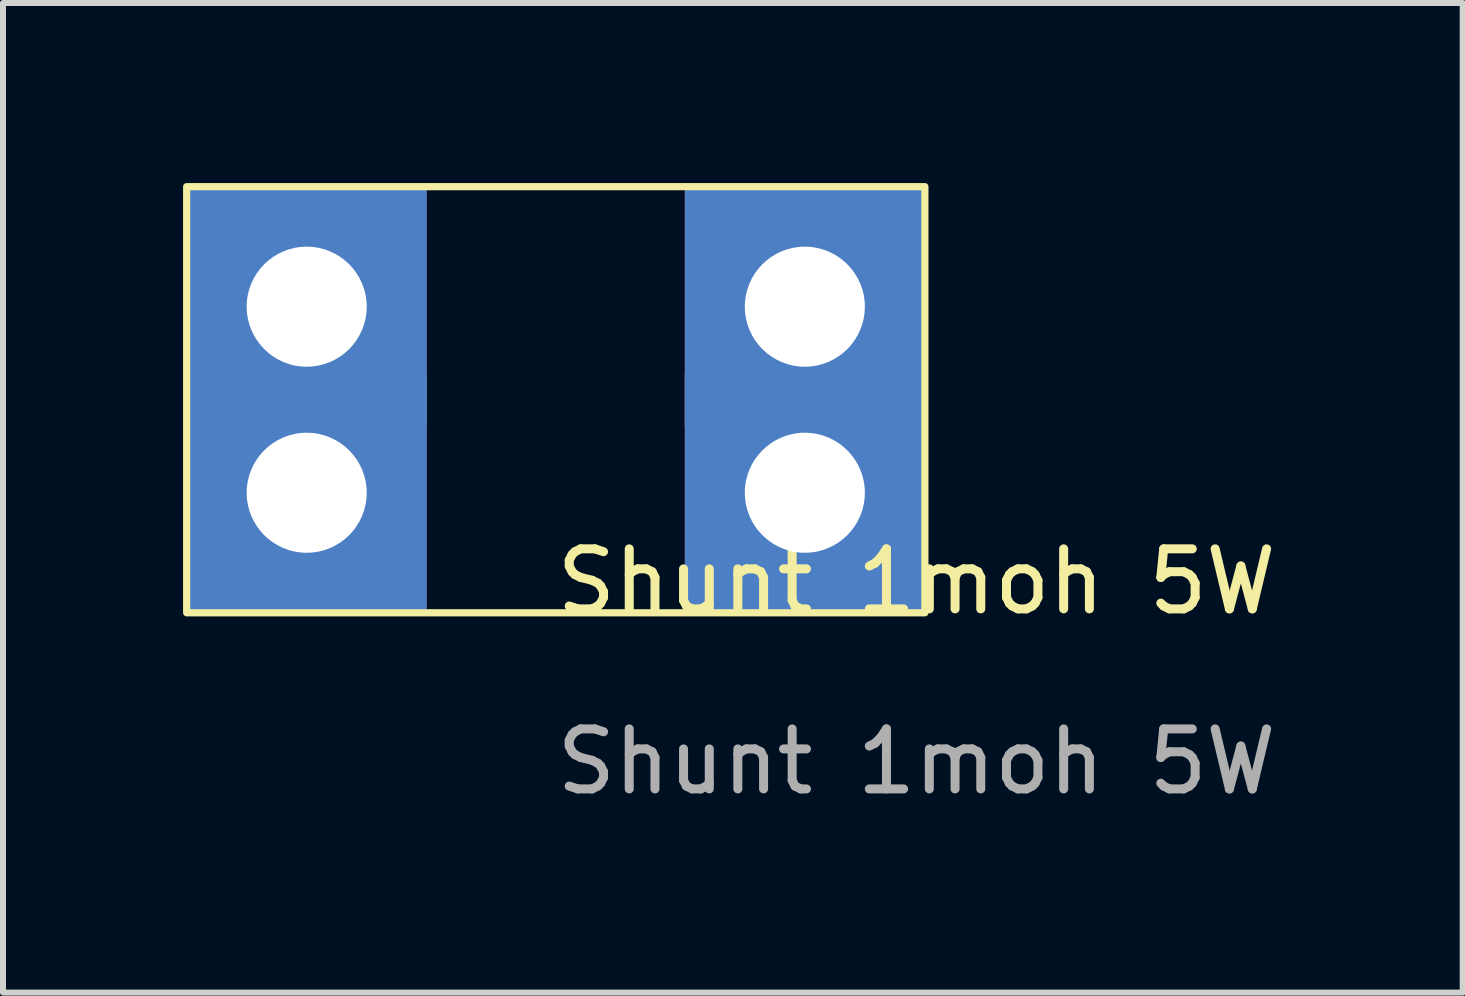
<source format=kicad_pcb>
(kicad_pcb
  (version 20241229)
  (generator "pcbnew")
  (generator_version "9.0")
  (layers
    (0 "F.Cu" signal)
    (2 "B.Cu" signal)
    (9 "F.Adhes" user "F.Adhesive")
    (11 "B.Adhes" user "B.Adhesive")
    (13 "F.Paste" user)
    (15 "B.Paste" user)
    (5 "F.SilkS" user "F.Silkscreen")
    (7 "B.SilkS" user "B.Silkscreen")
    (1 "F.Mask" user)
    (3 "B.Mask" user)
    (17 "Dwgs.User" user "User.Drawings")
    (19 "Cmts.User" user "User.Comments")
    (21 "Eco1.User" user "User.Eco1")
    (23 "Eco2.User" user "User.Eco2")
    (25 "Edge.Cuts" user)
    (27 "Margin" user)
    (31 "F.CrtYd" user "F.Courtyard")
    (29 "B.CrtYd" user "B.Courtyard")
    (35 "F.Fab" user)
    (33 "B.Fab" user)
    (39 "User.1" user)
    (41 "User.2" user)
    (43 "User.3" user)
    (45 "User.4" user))
  (footprint "Shunt 1moh 5W"
    (layer "F.Cu")
    (at 2.06 2.06)
    (property "Reference" "Shunt 1moh 5W" (at 10.16 4.58 0) (unlocked yes) (layer "F.SilkS") (effects (font (size 1 1) (thickness 0.15))))
    (attr through_hole)
    (fp_rect (start -2 -2) (end 10.3 5.1) (stroke (width 0.12) (type solid)) (fill no) (layer "F.SilkS"))
    (fp_text user "${REFERENCE}" (at 10.16 7.58 0) (unlocked yes) (layer "F.Fab") (effects (font (size 1 1) (thickness 0.15))))
    (pad "1" thru_hole rect (at 0 0) (size 4 4) (drill 2) (layers "*.Cu" "*.Mask"))
    (pad "1" thru_hole rect (at 0 3.1) (size 4 4) (drill 2) (layers "*.Cu" "*.Mask"))
    (pad "2" thru_hole rect (at 8.3 0) (size 4 4) (drill 2) (layers "*.Cu" "*.Mask"))
    (pad "2" thru_hole rect (at 8.3 3.1) (size 4 4) (drill 2) (layers "*.Cu" "*.Mask")))
  (gr_rect
    (start -3 -3)
    (end 21.321 13.488)
    (stroke (width 0.1) (type default))
    (fill no)
    (layer "Edge.Cuts")))
</source>
